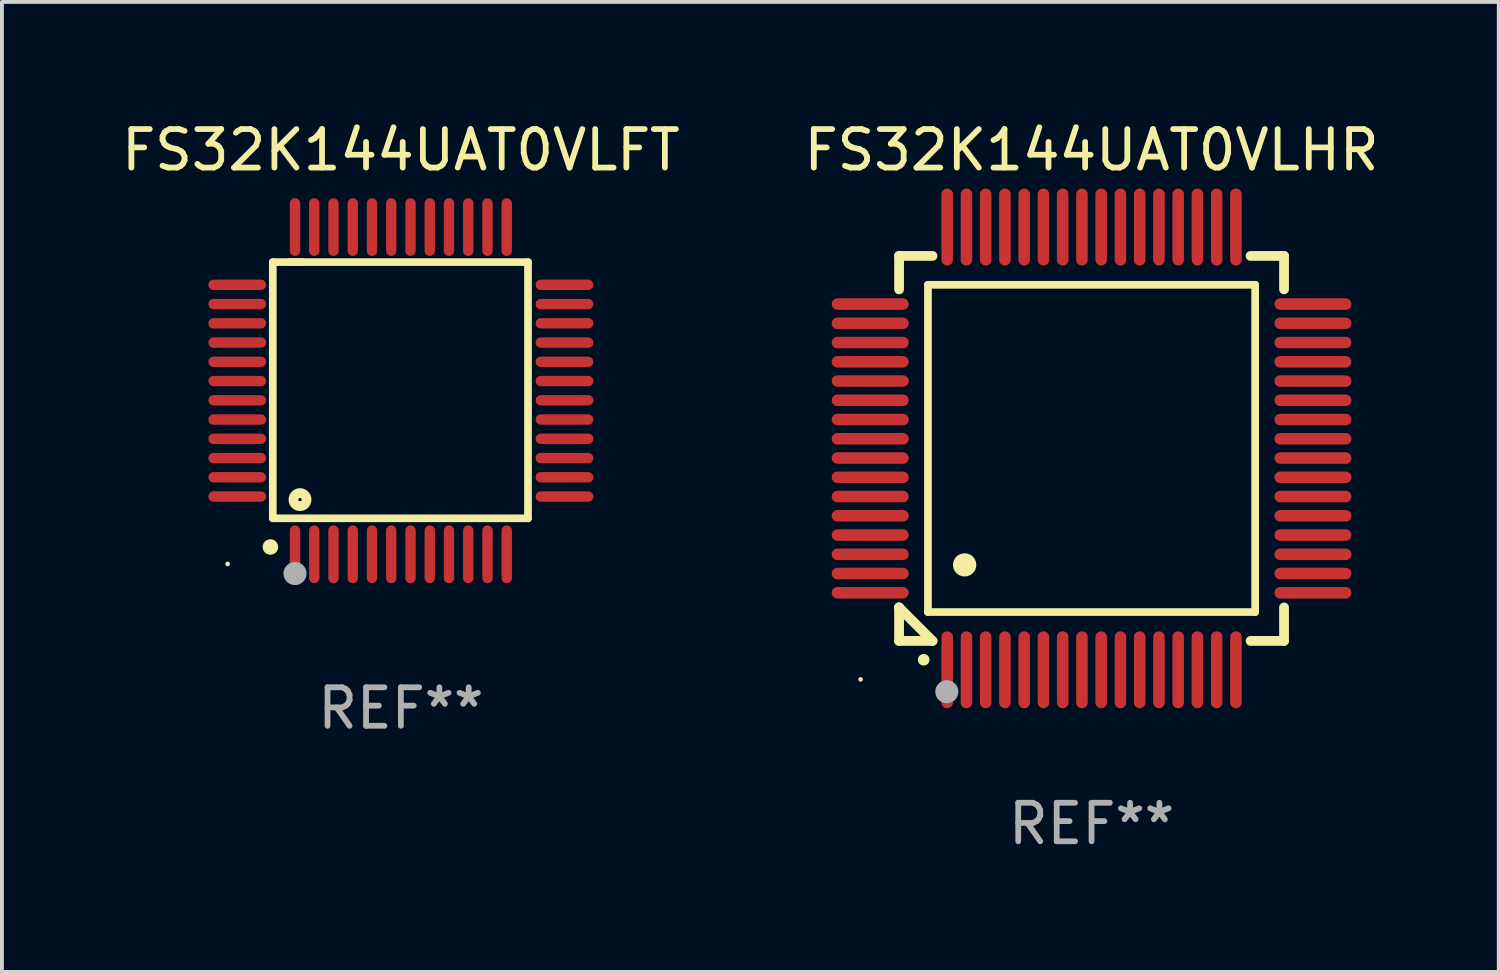
<source format=kicad_pcb>
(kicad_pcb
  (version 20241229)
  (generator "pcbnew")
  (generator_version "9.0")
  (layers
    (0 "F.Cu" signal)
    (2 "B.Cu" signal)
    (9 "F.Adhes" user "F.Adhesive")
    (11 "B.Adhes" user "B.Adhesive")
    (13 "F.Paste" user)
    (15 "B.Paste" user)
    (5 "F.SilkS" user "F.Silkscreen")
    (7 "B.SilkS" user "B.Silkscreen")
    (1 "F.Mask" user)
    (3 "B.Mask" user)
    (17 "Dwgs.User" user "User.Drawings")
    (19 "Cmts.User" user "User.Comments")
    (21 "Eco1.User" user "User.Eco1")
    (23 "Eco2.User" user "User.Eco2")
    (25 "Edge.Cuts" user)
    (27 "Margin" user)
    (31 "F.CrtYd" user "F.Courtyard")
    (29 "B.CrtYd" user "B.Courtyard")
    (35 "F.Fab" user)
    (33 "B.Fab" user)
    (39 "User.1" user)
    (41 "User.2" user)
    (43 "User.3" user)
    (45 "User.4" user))
  (footprint "FS32K144UAT0VLHR"
    (layer "F.Cu")
    (at 25.304 8.598)
    (property "Reference" "FS32K144UAT0VLHR" (at 0 -7.75 0) (layer "F.SilkS") (effects (font (size 1 1) (thickness 0.15))))
    (attr through_hole)
    (fp_line (start -5 -5) (end -4.131 -5) (stroke (width 0.254) (type solid)) (layer "F.SilkS"))
    (fp_line (start -5 -4.131) (end -5 -5) (stroke (width 0.254) (type solid)) (layer "F.SilkS"))
    (fp_line (start -5 4.131) (end -5 4.131) (stroke (width 0.254) (type solid)) (layer "F.SilkS"))
    (fp_line (start -5 5) (end -5 4.131) (stroke (width 0.254) (type solid)) (layer "F.SilkS"))
    (fp_line (start -5 4.131) (end -4.131 5) (stroke (width 0.254) (type solid)) (layer "F.SilkS"))
    (fp_line (start -4.25 -4.25) (end -4.25 4.25) (stroke (width 0.2) (type solid)) (layer "F.SilkS"))
    (fp_line (start -4.25 4.25) (end 4.25 4.25) (stroke (width 0.2) (type solid)) (layer "F.SilkS"))
    (fp_line (start -4.131 5) (end -5 5) (stroke (width 0.254) (type solid)) (layer "F.SilkS"))
    (fp_line (start 4.25 -4.25) (end -4.25 -4.25) (stroke (width 0.2) (type solid)) (layer "F.SilkS"))
    (fp_line (start 4.25 4.25) (end 4.25 -4.25) (stroke (width 0.2) (type solid)) (layer "F.SilkS"))
    (fp_line (start 5 -5) (end 4.131 -5) (stroke (width 0.254) (type solid)) (layer "F.SilkS"))
    (fp_line (start 5 -5) (end 5 -4.131) (stroke (width 0.254) (type solid)) (layer "F.SilkS"))
    (fp_line (start 5 4.131) (end 5 5) (stroke (width 0.254) (type solid)) (layer "F.SilkS"))
    (fp_line (start 5 5) (end 4.131 5) (stroke (width 0.254) (type solid)) (layer "F.SilkS"))
    (fp_arc (start -4.361265 5.489992) (mid -4.359995 5.489987) (end -4.358725 5.489992) (stroke (width 0.3) (type solid)) (layer "F.SilkS"))
    (fp_arc (start -3.299467 3.025146) (mid -3.296927 3.025135) (end -3.294387 3.025146) (stroke (width 0.6) (type solid)) (layer "F.SilkS"))
    (fp_circle (center -6 6) (end -5.97 6) (stroke (width 0.06) (type solid)) (fill no) (layer "F.SilkS"))
    (fp_circle (center -3.76 6.32) (end -3.61 6.32) (stroke (width 0.3) (type solid)) (fill no) (layer "F.Fab"))
    (fp_text user "REF**" (at 0 9.75 0) (layer "F.Fab") (effects (font (size 1 1) (thickness 0.15))))
    (pad "1" smd oval (at -3.75 5.75) (size 0.3 2) (layers "F.Cu" "F.Mask" "F.Paste"))
    (pad "2" smd oval (at -3.25 5.75) (size 0.3 2) (layers "F.Cu" "F.Mask" "F.Paste"))
    (pad "3" smd oval (at -2.75 5.75) (size 0.3 2) (layers "F.Cu" "F.Mask" "F.Paste"))
    (pad "4" smd oval (at -2.25 5.75) (size 0.3 2) (layers "F.Cu" "F.Mask" "F.Paste"))
    (pad "5" smd oval (at -1.75 5.75) (size 0.3 2) (layers "F.Cu" "F.Mask" "F.Paste"))
    (pad "6" smd oval (at -1.25 5.75) (size 0.3 2) (layers "F.Cu" "F.Mask" "F.Paste"))
    (pad "7" smd oval (at -0.75 5.75) (size 0.3 2) (layers "F.Cu" "F.Mask" "F.Paste"))
    (pad "8" smd oval (at -0.25 5.75) (size 0.3 2) (layers "F.Cu" "F.Mask" "F.Paste"))
    (pad "9" smd oval (at 0.25 5.75) (size 0.3 2) (layers "F.Cu" "F.Mask" "F.Paste"))
    (pad "10" smd oval (at 0.75 5.75) (size 0.3 2) (layers "F.Cu" "F.Mask" "F.Paste"))
    (pad "11" smd oval (at 1.25 5.75) (size 0.3 2) (layers "F.Cu" "F.Mask" "F.Paste"))
    (pad "12" smd oval (at 1.75 5.75) (size 0.3 2) (layers "F.Cu" "F.Mask" "F.Paste"))
    (pad "13" smd oval (at 2.25 5.75) (size 0.3 2) (layers "F.Cu" "F.Mask" "F.Paste"))
    (pad "14" smd oval (at 2.75 5.75) (size 0.3 2) (layers "F.Cu" "F.Mask" "F.Paste"))
    (pad "15" smd oval (at 3.25 5.75) (size 0.3 2) (layers "F.Cu" "F.Mask" "F.Paste"))
    (pad "16" smd oval (at 3.75 5.75) (size 0.3 2) (layers "F.Cu" "F.Mask" "F.Paste"))
    (pad "17" smd oval (at 5.75 3.75) (size 2 0.3) (layers "F.Cu" "F.Mask" "F.Paste"))
    (pad "18" smd oval (at 5.75 3.25) (size 2 0.3) (layers "F.Cu" "F.Mask" "F.Paste"))
    (pad "19" smd oval (at 5.75 2.75) (size 2 0.3) (layers "F.Cu" "F.Mask" "F.Paste"))
    (pad "20" smd oval (at 5.75 2.25) (size 2 0.3) (layers "F.Cu" "F.Mask" "F.Paste"))
    (pad "21" smd oval (at 5.75 1.75) (size 2 0.3) (layers "F.Cu" "F.Mask" "F.Paste"))
    (pad "22" smd oval (at 5.75 1.25) (size 2 0.3) (layers "F.Cu" "F.Mask" "F.Paste"))
    (pad "23" smd oval (at 5.75 0.75) (size 2 0.3) (layers "F.Cu" "F.Mask" "F.Paste"))
    (pad "24" smd oval (at 5.75 0.25) (size 2 0.3) (layers "F.Cu" "F.Mask" "F.Paste"))
    (pad "25" smd oval (at 5.75 -0.25) (size 2 0.3) (layers "F.Cu" "F.Mask" "F.Paste"))
    (pad "26" smd oval (at 5.75 -0.75) (size 2 0.3) (layers "F.Cu" "F.Mask" "F.Paste"))
    (pad "27" smd oval (at 5.75 -1.25) (size 2 0.3) (layers "F.Cu" "F.Mask" "F.Paste"))
    (pad "28" smd oval (at 5.75 -1.75) (size 2 0.3) (layers "F.Cu" "F.Mask" "F.Paste"))
    (pad "29" smd oval (at 5.75 -2.25) (size 2 0.3) (layers "F.Cu" "F.Mask" "F.Paste"))
    (pad "30" smd oval (at 5.75 -2.75) (size 2 0.3) (layers "F.Cu" "F.Mask" "F.Paste"))
    (pad "31" smd oval (at 5.75 -3.25) (size 2 0.3) (layers "F.Cu" "F.Mask" "F.Paste"))
    (pad "32" smd oval (at 5.75 -3.75) (size 2 0.3) (layers "F.Cu" "F.Mask" "F.Paste"))
    (pad "33" smd oval (at 3.75 -5.75) (size 0.3 2) (layers "F.Cu" "F.Mask" "F.Paste"))
    (pad "34" smd oval (at 3.25 -5.75) (size 0.3 2) (layers "F.Cu" "F.Mask" "F.Paste"))
    (pad "35" smd oval (at 2.75 -5.75) (size 0.3 2) (layers "F.Cu" "F.Mask" "F.Paste"))
    (pad "36" smd oval (at 2.25 -5.75) (size 0.3 2) (layers "F.Cu" "F.Mask" "F.Paste"))
    (pad "37" smd oval (at 1.75 -5.75) (size 0.3 2) (layers "F.Cu" "F.Mask" "F.Paste"))
    (pad "38" smd oval (at 1.25 -5.75) (size 0.3 2) (layers "F.Cu" "F.Mask" "F.Paste"))
    (pad "39" smd oval (at 0.75 -5.75) (size 0.3 2) (layers "F.Cu" "F.Mask" "F.Paste"))
    (pad "40" smd oval (at 0.25 -5.75) (size 0.3 2) (layers "F.Cu" "F.Mask" "F.Paste"))
    (pad "41" smd oval (at -0.25 -5.75) (size 0.3 2) (layers "F.Cu" "F.Mask" "F.Paste"))
    (pad "42" smd oval (at -0.75 -5.75) (size 0.3 2) (layers "F.Cu" "F.Mask" "F.Paste"))
    (pad "43" smd oval (at -1.25 -5.75) (size 0.3 2) (layers "F.Cu" "F.Mask" "F.Paste"))
    (pad "44" smd oval (at -1.75 -5.75) (size 0.3 2) (layers "F.Cu" "F.Mask" "F.Paste"))
    (pad "45" smd oval (at -2.25 -5.75) (size 0.3 2) (layers "F.Cu" "F.Mask" "F.Paste"))
    (pad "46" smd oval (at -2.75 -5.75) (size 0.3 2) (layers "F.Cu" "F.Mask" "F.Paste"))
    (pad "47" smd oval (at -3.25 -5.75) (size 0.3 2) (layers "F.Cu" "F.Mask" "F.Paste"))
    (pad "48" smd oval (at -3.75 -5.75) (size 0.3 2) (layers "F.Cu" "F.Mask" "F.Paste"))
    (pad "49" smd oval (at -5.75 -3.75) (size 2 0.3) (layers "F.Cu" "F.Mask" "F.Paste"))
    (pad "50" smd oval (at -5.75 -3.25) (size 2 0.3) (layers "F.Cu" "F.Mask" "F.Paste"))
    (pad "51" smd oval (at -5.75 -2.75) (size 2 0.3) (layers "F.Cu" "F.Mask" "F.Paste"))
    (pad "52" smd oval (at -5.75 -2.25) (size 2 0.3) (layers "F.Cu" "F.Mask" "F.Paste"))
    (pad "53" smd oval (at -5.75 -1.75) (size 2 0.3) (layers "F.Cu" "F.Mask" "F.Paste"))
    (pad "54" smd oval (at -5.75 -1.25) (size 2 0.3) (layers "F.Cu" "F.Mask" "F.Paste"))
    (pad "55" smd oval (at -5.75 -0.75) (size 2 0.3) (layers "F.Cu" "F.Mask" "F.Paste"))
    (pad "56" smd oval (at -5.75 -0.25) (size 2 0.3) (layers "F.Cu" "F.Mask" "F.Paste"))
    (pad "57" smd oval (at -5.75 0.25) (size 2 0.3) (layers "F.Cu" "F.Mask" "F.Paste"))
    (pad "58" smd oval (at -5.75 0.75) (size 2 0.3) (layers "F.Cu" "F.Mask" "F.Paste"))
    (pad "59" smd oval (at -5.75 1.25) (size 2 0.3) (layers "F.Cu" "F.Mask" "F.Paste"))
    (pad "60" smd oval (at -5.75 1.75) (size 2 0.3) (layers "F.Cu" "F.Mask" "F.Paste"))
    (pad "61" smd oval (at -5.75 2.25) (size 2 0.3) (layers "F.Cu" "F.Mask" "F.Paste"))
    (pad "62" smd oval (at -5.75 2.75) (size 2 0.3) (layers "F.Cu" "F.Mask" "F.Paste"))
    (pad "63" smd oval (at -5.75 3.25) (size 2 0.3) (layers "F.Cu" "F.Mask" "F.Paste"))
    (pad "64" smd oval (at -5.75 3.75) (size 2 0.3) (layers "F.Cu" "F.Mask" "F.Paste")))
  (footprint "FS32K144UAT0VLFT"
    (layer "F.Cu")
    (at 7.363 7.098)
    (property "Reference" "FS32K144UAT0VLFT" (at 0 -6.25 0) (layer "F.SilkS") (effects (font (size 1 1) (thickness 0.15))))
    (attr through_hole)
    (fp_line (start -3.327 -3.34) (end -2.565 -3.34) (stroke (width 0.2) (type solid)) (layer "F.SilkS"))
    (fp_line (start -3.327 3.315) (end -3.327 -3.34) (stroke (width 0.2) (type solid)) (layer "F.SilkS"))
    (fp_line (start -2.896 -3.34) (end 3.302 -3.34) (stroke (width 0.2) (type solid)) (layer "F.SilkS"))
    (fp_line (start 3.302 -3.34) (end 3.302 3.315) (stroke (width 0.2) (type solid)) (layer "F.SilkS"))
    (fp_line (start 3.302 3.315) (end -3.327 3.315) (stroke (width 0.2) (type solid)) (layer "F.SilkS"))
    (fp_arc (start -3.389992 4.059995) (mid -3.388722 4.059991) (end -3.387452 4.059995) (stroke (width 0.4) (type solid)) (layer "F.SilkS"))
    (fp_circle (center -4.5 4.5) (end -4.47 4.5) (stroke (width 0.06) (type solid)) (fill no) (layer "F.SilkS"))
    (fp_circle (center -2.62 2.83) (end -2.45 2.83) (stroke (width 0.254) (type solid)) (fill no) (layer "F.SilkS"))
    (fp_circle (center -2.75 4.75) (end -2.6 4.75) (stroke (width 0.3) (type solid)) (fill no) (layer "F.Fab"))
    (fp_text user "REF**" (at 0 8.25 0) (layer "F.Fab") (effects (font (size 1 1) (thickness 0.15))))
    (pad "1" smd oval (at -2.75 4.25) (size 0.27 1.5) (layers "F.Cu" "F.Mask" "F.Paste"))
    (pad "2" smd oval (at -2.25 4.25) (size 0.27 1.5) (layers "F.Cu" "F.Mask" "F.Paste"))
    (pad "3" smd oval (at -1.75 4.25) (size 0.27 1.5) (layers "F.Cu" "F.Mask" "F.Paste"))
    (pad "4" smd oval (at -1.25 4.25) (size 0.27 1.5) (layers "F.Cu" "F.Mask" "F.Paste"))
    (pad "5" smd oval (at -0.75 4.25) (size 0.27 1.5) (layers "F.Cu" "F.Mask" "F.Paste"))
    (pad "6" smd oval (at -0.25 4.25) (size 0.27 1.5) (layers "F.Cu" "F.Mask" "F.Paste"))
    (pad "7" smd oval (at 0.25 4.25) (size 0.27 1.5) (layers "F.Cu" "F.Mask" "F.Paste"))
    (pad "8" smd oval (at 0.75 4.25) (size 0.27 1.5) (layers "F.Cu" "F.Mask" "F.Paste"))
    (pad "9" smd oval (at 1.25 4.25) (size 0.27 1.5) (layers "F.Cu" "F.Mask" "F.Paste"))
    (pad "10" smd oval (at 1.75 4.25) (size 0.27 1.5) (layers "F.Cu" "F.Mask" "F.Paste"))
    (pad "11" smd oval (at 2.25 4.25) (size 0.27 1.5) (layers "F.Cu" "F.Mask" "F.Paste"))
    (pad "12" smd oval (at 2.75 4.25) (size 0.27 1.5) (layers "F.Cu" "F.Mask" "F.Paste"))
    (pad "13" smd oval (at 4.25 2.75) (size 1.5 0.27) (layers "F.Cu" "F.Mask" "F.Paste"))
    (pad "14" smd oval (at 4.25 2.25) (size 1.5 0.27) (layers "F.Cu" "F.Mask" "F.Paste"))
    (pad "15" smd oval (at 4.25 1.75) (size 1.5 0.27) (layers "F.Cu" "F.Mask" "F.Paste"))
    (pad "16" smd oval (at 4.25 1.25) (size 1.5 0.27) (layers "F.Cu" "F.Mask" "F.Paste"))
    (pad "17" smd oval (at 4.25 0.75) (size 1.5 0.27) (layers "F.Cu" "F.Mask" "F.Paste"))
    (pad "18" smd oval (at 4.25 0.25) (size 1.5 0.27) (layers "F.Cu" "F.Mask" "F.Paste"))
    (pad "19" smd oval (at 4.25 -0.25) (size 1.5 0.27) (layers "F.Cu" "F.Mask" "F.Paste"))
    (pad "20" smd oval (at 4.25 -0.75) (size 1.5 0.27) (layers "F.Cu" "F.Mask" "F.Paste"))
    (pad "21" smd oval (at 4.25 -1.25) (size 1.5 0.27) (layers "F.Cu" "F.Mask" "F.Paste"))
    (pad "22" smd oval (at 4.25 -1.75) (size 1.5 0.27) (layers "F.Cu" "F.Mask" "F.Paste"))
    (pad "23" smd oval (at 4.25 -2.25) (size 1.5 0.27) (layers "F.Cu" "F.Mask" "F.Paste"))
    (pad "24" smd oval (at 4.25 -2.75) (size 1.5 0.27) (layers "F.Cu" "F.Mask" "F.Paste"))
    (pad "25" smd oval (at 2.75 -4.25) (size 0.27 1.5) (layers "F.Cu" "F.Mask" "F.Paste"))
    (pad "26" smd oval (at 2.25 -4.25) (size 0.27 1.5) (layers "F.Cu" "F.Mask" "F.Paste"))
    (pad "27" smd oval (at 1.75 -4.25) (size 0.27 1.5) (layers "F.Cu" "F.Mask" "F.Paste"))
    (pad "28" smd oval (at 1.25 -4.25) (size 0.27 1.5) (layers "F.Cu" "F.Mask" "F.Paste"))
    (pad "29" smd oval (at 0.75 -4.25) (size 0.27 1.5) (layers "F.Cu" "F.Mask" "F.Paste"))
    (pad "30" smd oval (at 0.25 -4.25) (size 0.27 1.5) (layers "F.Cu" "F.Mask" "F.Paste"))
    (pad "31" smd oval (at -0.25 -4.25) (size 0.27 1.5) (layers "F.Cu" "F.Mask" "F.Paste"))
    (pad "32" smd oval (at -0.75 -4.25) (size 0.27 1.5) (layers "F.Cu" "F.Mask" "F.Paste"))
    (pad "33" smd oval (at -1.25 -4.25) (size 0.27 1.5) (layers "F.Cu" "F.Mask" "F.Paste"))
    (pad "34" smd oval (at -1.75 -4.25) (size 0.27 1.5) (layers "F.Cu" "F.Mask" "F.Paste"))
    (pad "35" smd oval (at -2.25 -4.25) (size 0.27 1.5) (layers "F.Cu" "F.Mask" "F.Paste"))
    (pad "36" smd oval (at -2.75 -4.25) (size 0.27 1.5) (layers "F.Cu" "F.Mask" "F.Paste"))
    (pad "37" smd oval (at -4.25 -2.75) (size 1.5 0.27) (layers "F.Cu" "F.Mask" "F.Paste"))
    (pad "38" smd oval (at -4.25 -2.25) (size 1.5 0.27) (layers "F.Cu" "F.Mask" "F.Paste"))
    (pad "39" smd oval (at -4.25 -1.75) (size 1.5 0.27) (layers "F.Cu" "F.Mask" "F.Paste"))
    (pad "40" smd oval (at -4.25 -1.25) (size 1.5 0.27) (layers "F.Cu" "F.Mask" "F.Paste"))
    (pad "41" smd oval (at -4.25 -0.75) (size 1.5 0.27) (layers "F.Cu" "F.Mask" "F.Paste"))
    (pad "42" smd oval (at -4.25 -0.25) (size 1.5 0.27) (layers "F.Cu" "F.Mask" "F.Paste"))
    (pad "43" smd oval (at -4.25 0.25) (size 1.5 0.27) (layers "F.Cu" "F.Mask" "F.Paste"))
    (pad "44" smd oval (at -4.25 0.75) (size 1.5 0.27) (layers "F.Cu" "F.Mask" "F.Paste"))
    (pad "45" smd oval (at -4.25 1.25) (size 1.5 0.27) (layers "F.Cu" "F.Mask" "F.Paste"))
    (pad "46" smd oval (at -4.25 1.75) (size 1.5 0.27) (layers "F.Cu" "F.Mask" "F.Paste"))
    (pad "47" smd oval (at -4.25 2.25) (size 1.5 0.27) (layers "F.Cu" "F.Mask" "F.Paste"))
    (pad "48" smd oval (at -4.25 2.75) (size 1.5 0.27) (layers "F.Cu" "F.Mask" "F.Paste")))
  (gr_rect
    (start -3 -3)
    (end 35.881 22.196)
    (stroke (width 0.1) (type default))
    (fill no)
    (layer "Edge.Cuts")))
</source>
